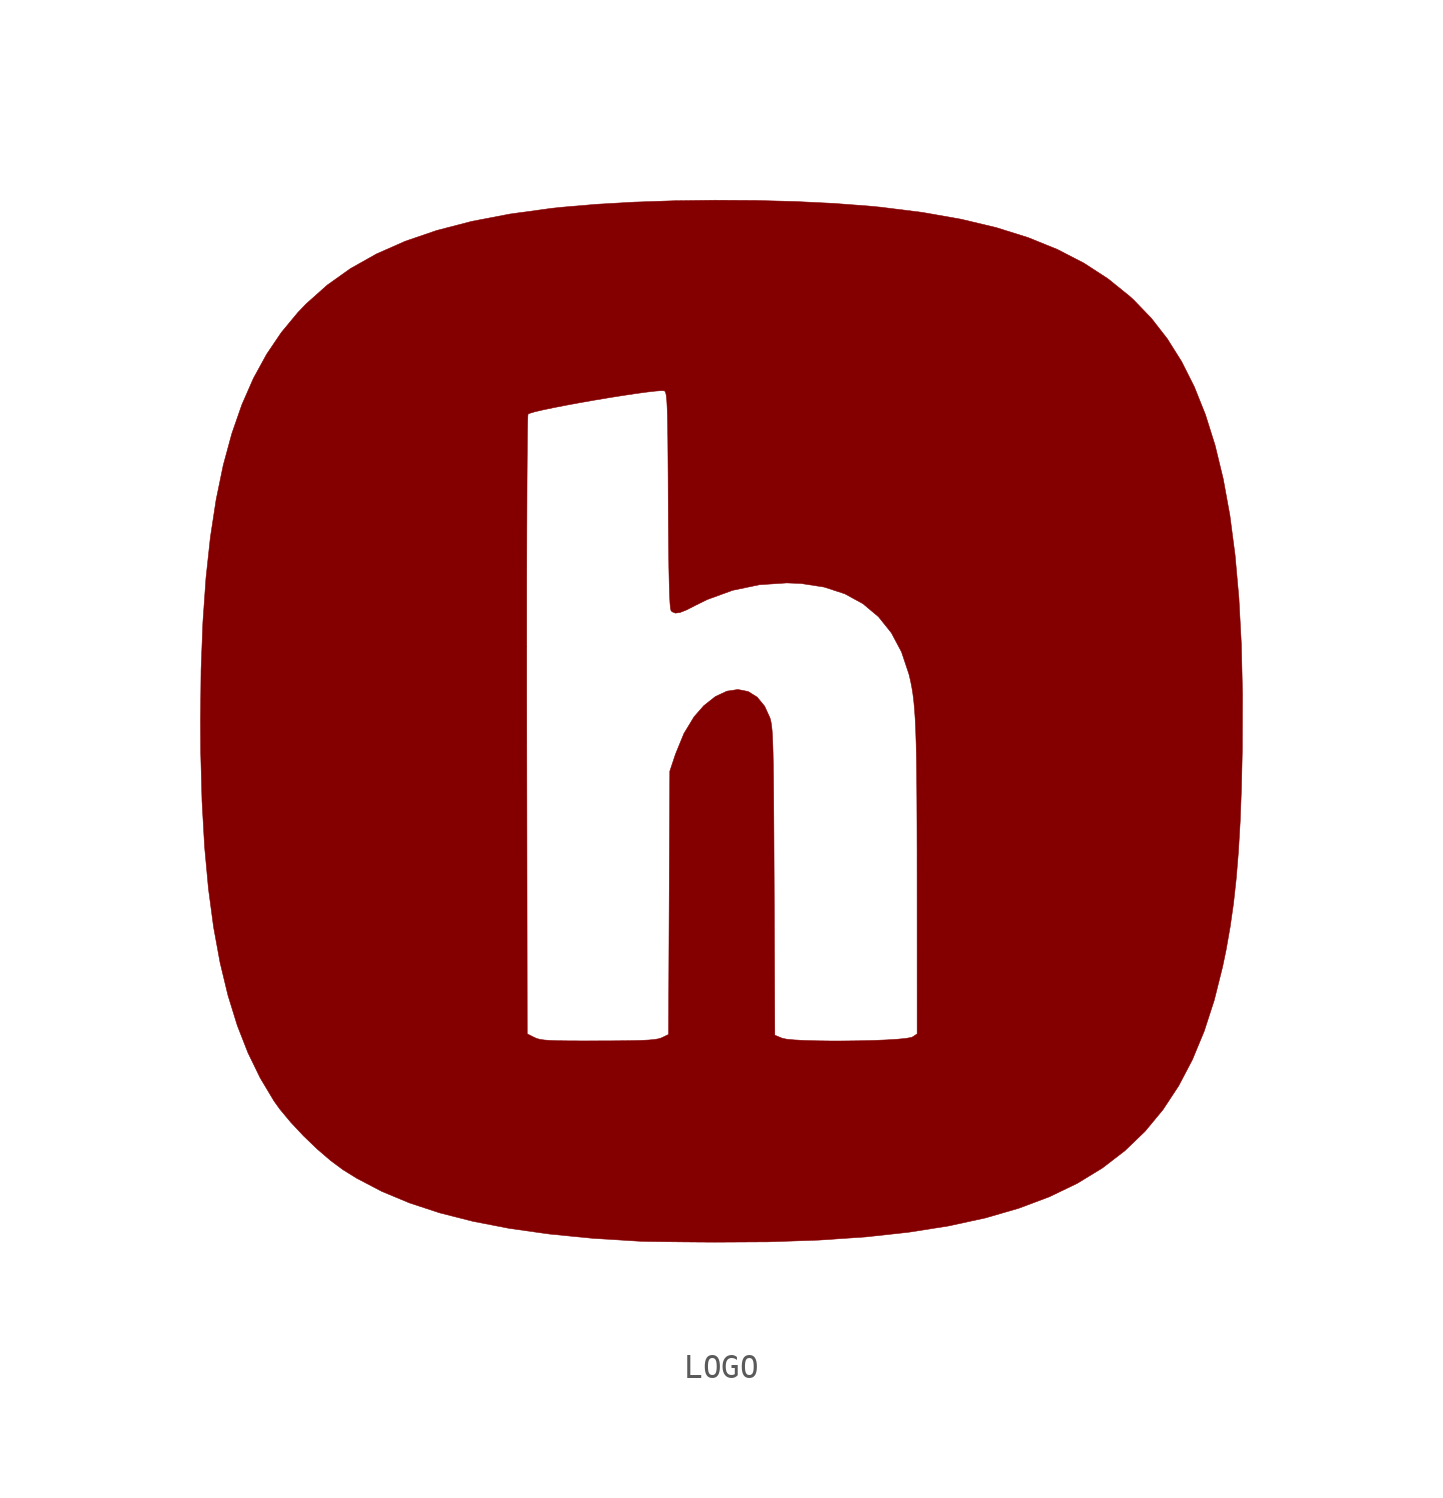
<source format=kicad_sym>
(kicad_symbol_lib
  (version 20220914)
  (generator "bitmap2component")
  (generator_version "9.0")
  (symbol "LOGO"
    (pin_names
      (offset 1.016))
    (property "Reference" "#G"
      (at 0 21.04 0)
      (effects (font (size 1.27 1.27)) hide))
    (symbol "LOGO_0_0"
      (polyline (pts (xy 1.948 -21.645) (xy 4.038 -21.573) (xy 5.978 -21.442) (xy 7.774 -21.246) (xy 9.431 -20.985) (xy 10.956 -20.654) (xy 12.352 -20.25) (xy 13.626 -19.772) (xy 14.783 -19.215) (xy 15.829 -18.577) (xy 16.769 -17.855) (xy 17.608 -17.047) (xy 18.352 -16.148) (xy 19.005 -15.156) (xy 19.575 -14.069) (xy 20.066 -12.883) (xy 20.483 -11.595) (xy 20.831 -10.202) (xy 20.976 -9.504) (xy 21.143 -8.555) (xy 21.284 -7.569) (xy 21.398 -6.523) (xy 21.49 -5.397) (xy 21.561 -4.167) (xy 21.612 -2.813) (xy 21.646 -1.312) (xy 21.649 -1.131) (xy 21.657 1.105) (xy 21.61 3.186) (xy 21.508 5.118) (xy 21.349 6.907) (xy 21.133 8.559) (xy 20.856 10.079) (xy 20.518 11.473) (xy 20.118 12.747) (xy 19.655 13.907) (xy 19.126 14.959) (xy 18.53 15.907) (xy 17.867 16.759) (xy 17.134 17.52) (xy 16.968 17.672) (xy 16.061 18.404) (xy 15.062 19.053) (xy 13.961 19.621) (xy 12.75 20.112) (xy 11.418 20.53) (xy 9.956 20.878) (xy 8.354 21.16) (xy 6.604 21.379) (xy 6.146 21.423) (xy 4.67 21.535) (xy 3.08 21.613) (xy 1.416 21.657) (xy -0.283 21.668) (xy -1.978 21.645) (xy -3.63 21.589) (xy -5.199 21.499) (xy -6.646 21.376) (xy -7.069 21.331) (xy -8.804 21.094) (xy -10.393 20.789) (xy -11.843 20.413) (xy -13.161 19.962) (xy -14.356 19.434) (xy -15.435 18.827) (xy -16.406 18.136) (xy -17.278 17.359) (xy -17.627 16.995) (xy -18.309 16.171) (xy -18.923 15.263) (xy -19.47 14.264) (xy -19.951 13.167) (xy -20.369 11.964) (xy -20.726 10.649) (xy -21.022 9.215) (xy -21.261 7.653) (xy -21.444 5.958) (xy -21.572 4.122) (xy -21.611 3.106) (xy -8.108 3.106) (xy -8.108 4.449) (xy -8.107 5.727) (xy -8.105 6.928) (xy -8.102 8.043) (xy -8.098 9.064) (xy -8.094 9.98) (xy -8.088 10.784) (xy -8.082 11.464) (xy -8.076 12.012) (xy -8.069 12.419) (xy -8.061 12.676) (xy -8.053 12.772) (xy -7.991 12.805) (xy -7.779 12.868) (xy -7.441 12.947) (xy -7.002 13.039) (xy -6.487 13.139) (xy -5.918 13.244) (xy -5.321 13.349) (xy -4.72 13.45) (xy -4.139 13.542) (xy -3.602 13.623) (xy -3.133 13.687) (xy -2.757 13.731) (xy -2.498 13.75) (xy -2.379 13.741) (xy -2.375 13.738) (xy -2.345 13.701) (xy -2.32 13.629) (xy -2.299 13.509) (xy -2.282 13.326) (xy -2.268 13.068) (xy -2.256 12.721) (xy -2.247 12.272) (xy -2.239 11.708) (xy -2.233 11.014) (xy -2.227 10.177) (xy -2.222 9.185) (xy -2.216 8.196) (xy -2.207 7.234) (xy -2.197 6.431) (xy -2.183 5.782) (xy -2.168 5.279) (xy -2.15 4.919) (xy -2.129 4.695) (xy -2.106 4.601) (xy -2.058 4.553) (xy -1.927 4.499) (xy -1.738 4.522) (xy -1.465 4.629) (xy -1.079 4.826) (xy -0.601 5.062) (xy 0.454 5.446) (xy 1.564 5.678) (xy 2.709 5.754) (xy 3.302 5.73) (xy 4.263 5.581) (xy 5.122 5.3) (xy 5.875 4.888) (xy 6.521 4.346) (xy 7.056 3.678) (xy 7.478 2.884) (xy 7.785 1.966) (xy 7.789 1.951) (xy 7.849 1.7) (xy 7.901 1.443) (xy 7.947 1.167) (xy 7.986 0.86) (xy 8.018 0.509) (xy 8.046 0.102) (xy 8.068 -0.374) (xy 8.086 -0.932) (xy 8.1 -1.583) (xy 8.11 -2.341) (xy 8.117 -3.218) (xy 8.122 -4.227) (xy 8.125 -5.38) (xy 8.126 -6.689) (xy 8.128 -12.998) (xy 7.937 -13.124) (xy 7.881 -13.146) (xy 7.657 -13.186) (xy 7.303 -13.22) (xy 6.846 -13.248) (xy 6.314 -13.27) (xy 5.732 -13.284) (xy 5.128 -13.292) (xy 4.527 -13.293) (xy 3.957 -13.285) (xy 3.444 -13.271) (xy 3.014 -13.248) (xy 2.695 -13.217) (xy 2.512 -13.177) (xy 2.209 -13.051) (xy 2.182 -6.673) (xy 2.178 -5.928) (xy 2.173 -4.824) (xy 2.167 -3.87) (xy 2.161 -3.054) (xy 2.154 -2.364) (xy 2.146 -1.788) (xy 2.137 -1.315) (xy 2.125 -0.931) (xy 2.112 -0.626) (xy 2.097 -0.386) (xy 2.078 -0.201) (xy 2.057 -0.058) (xy 2.033 0.055) (xy 2.005 0.149) (xy 1.787 0.627) (xy 1.476 1.006) (xy 1.1 1.239) (xy 0.675 1.322) (xy 0.216 1.253) (xy -0.263 1.029) (xy -0.746 0.647) (xy -1.15 0.185) (xy -1.571 -0.51) (xy -1.917 -1.355) (xy -2.157 -2.074) (xy -2.183 -7.548) (xy -2.209 -13.021) (xy -2.48 -13.152) (xy -2.506 -13.164) (xy -2.626 -13.202) (xy -2.798 -13.231) (xy -3.041 -13.253) (xy -3.376 -13.269) (xy -3.821 -13.279) (xy -4.396 -13.286) (xy -5.121 -13.289) (xy -5.826 -13.29) (xy -6.387 -13.287) (xy -6.82 -13.281) (xy -7.145 -13.269) (xy -7.384 -13.251) (xy -7.557 -13.225) (xy -7.686 -13.19) (xy -7.789 -13.146) (xy -8.086 -12.996) (xy -8.106 -0.169) (xy -8.106 0.255) (xy -8.108 1.704) (xy -8.108 3.106) (xy -21.611 3.106) (xy -21.648 2.139) (xy -21.672 0.000100) (xy -21.663 -1.293) (xy -21.608 -3.327) (xy -21.502 -5.211) (xy -21.342 -6.953) (xy -21.128 -8.559) (xy -20.857 -10.039) (xy -20.529 -11.398) (xy -20.143 -12.646) (xy -19.696 -13.789) (xy -19.187 -14.834) (xy -18.615 -15.79) (xy -18.371 -16.13) (xy -17.917 -16.676) (xy -17.386 -17.242) (xy -16.819 -17.787) (xy -16.255 -18.271) (xy -15.737 -18.654) (xy -15.176 -19.002) (xy -14.133 -19.548) (xy -12.984 -20.027) (xy -11.722 -20.442) (xy -10.338 -20.794) (xy -8.824 -21.087) (xy -7.173 -21.32) (xy -5.378 -21.497) (xy -3.429 -21.619) (xy -3.377 -21.621) (xy -3.114 -21.628) (xy -2.716 -21.634) (xy -2.21 -21.641) (xy -1.62 -21.648) (xy -0.974 -21.654) (xy -0.296 -21.659) (xy -0.296 -21.659) (xy 1.948 -21.645)) (stroke (width 0.01) (type default)) (fill (type outline))))))
</source>
